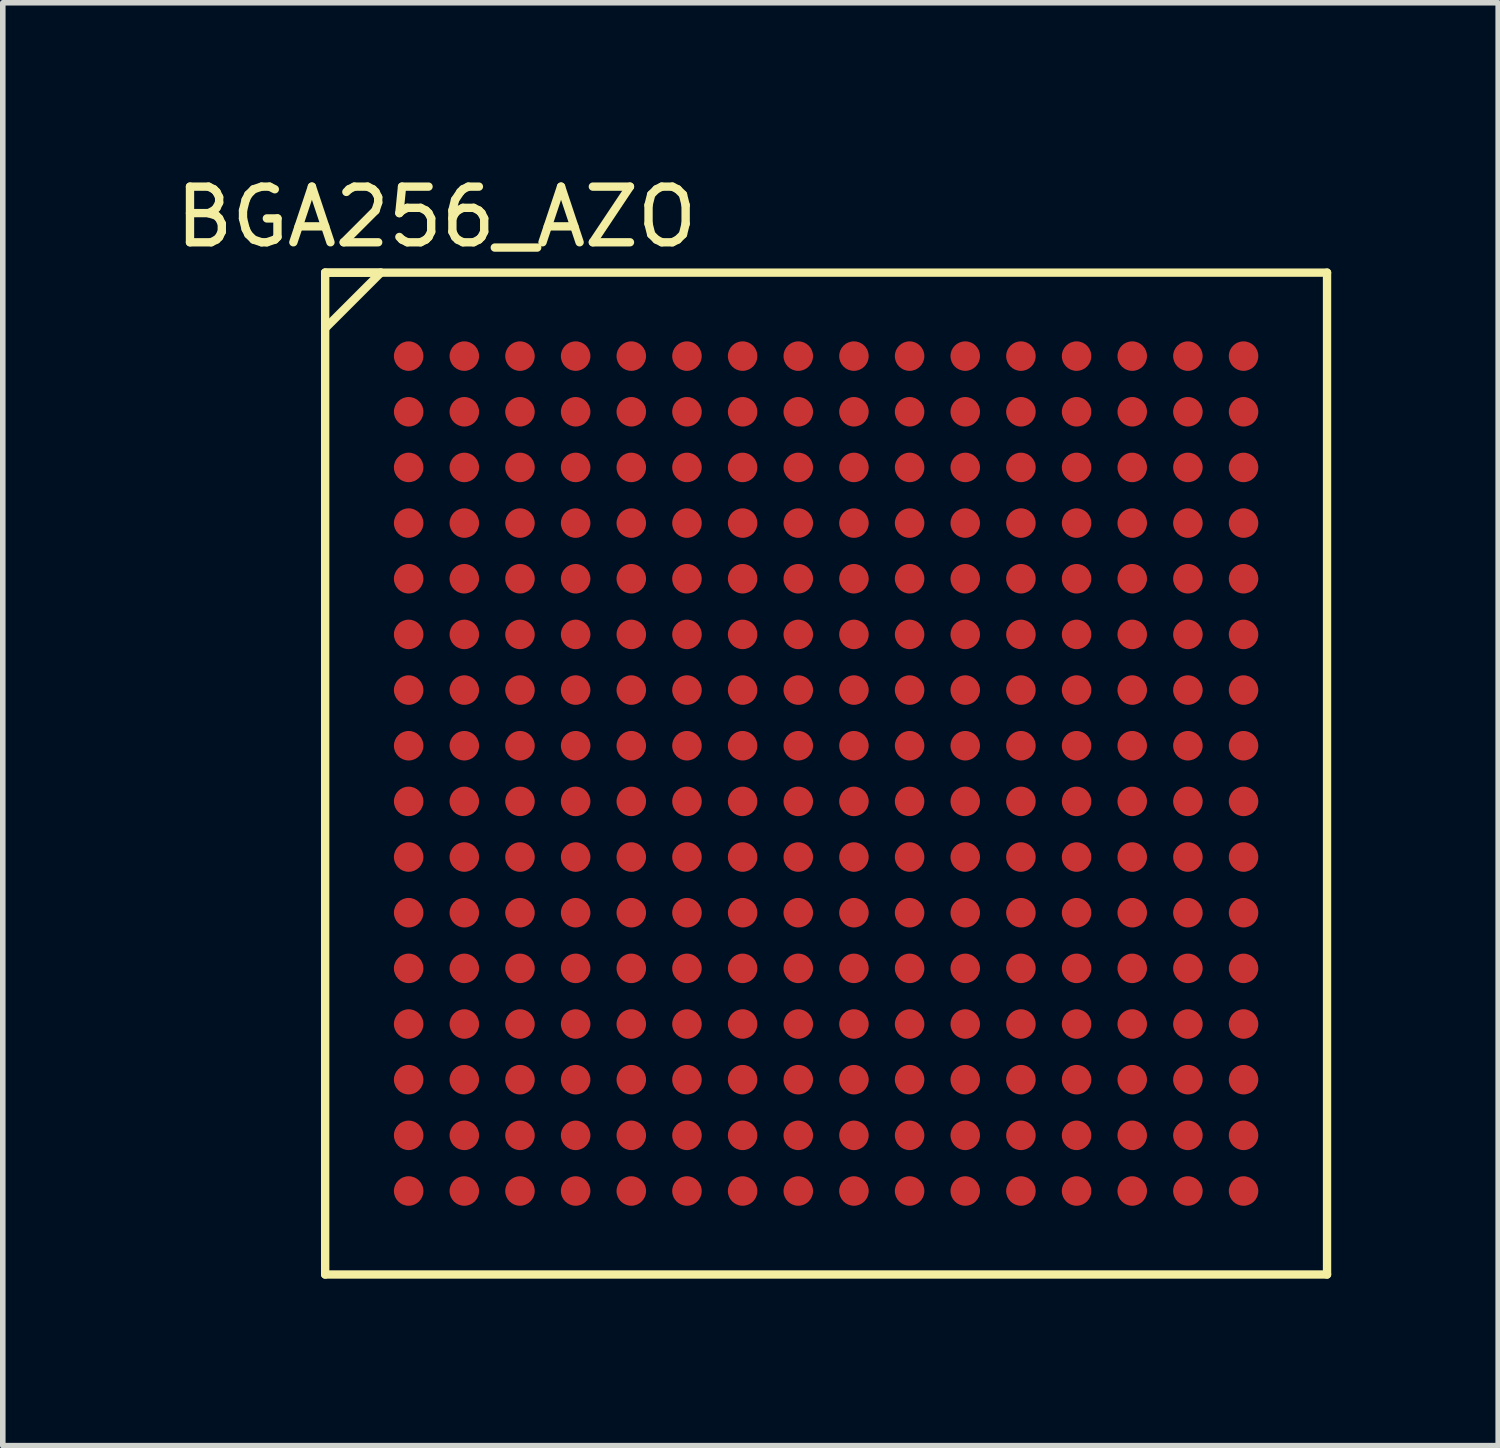
<source format=kicad_pcb>
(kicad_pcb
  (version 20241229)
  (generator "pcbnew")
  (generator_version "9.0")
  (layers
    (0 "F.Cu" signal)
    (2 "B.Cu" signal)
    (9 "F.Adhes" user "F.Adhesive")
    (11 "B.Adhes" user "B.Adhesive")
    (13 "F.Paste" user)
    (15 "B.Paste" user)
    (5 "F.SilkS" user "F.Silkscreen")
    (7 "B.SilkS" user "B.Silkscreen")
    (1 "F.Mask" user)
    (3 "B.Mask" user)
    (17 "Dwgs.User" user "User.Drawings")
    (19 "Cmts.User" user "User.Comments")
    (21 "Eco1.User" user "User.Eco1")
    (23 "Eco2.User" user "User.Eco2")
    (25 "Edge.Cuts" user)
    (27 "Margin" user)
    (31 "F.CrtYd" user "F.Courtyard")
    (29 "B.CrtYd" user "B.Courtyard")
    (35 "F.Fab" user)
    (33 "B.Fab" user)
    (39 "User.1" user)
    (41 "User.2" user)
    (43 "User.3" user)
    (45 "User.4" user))
  (footprint "BGA256_AZO"
    (layer "F.Cu")
    (at 11.792 10.848)
    (property "Reference" "BGA256_AZO" (at -7 -10 0) (layer "F.SilkS") (effects (font (size 1 1) (thickness 0.15))))
    (attr through_hole)
    (fp_line (start -9 -9) (end -9 9) (stroke (width 0.15) (type solid)) (layer "F.SilkS"))
    (fp_line (start -9 -9) (end -8 -9) (stroke (width 0.15) (type solid)) (layer "F.SilkS"))
    (fp_line (start -9 9) (end 9 9) (stroke (width 0.15) (type solid)) (layer "F.SilkS"))
    (fp_line (start -8 -9) (end -9 -8) (stroke (width 0.15) (type solid)) (layer "F.SilkS"))
    (fp_line (start 9 -9) (end -9 -9) (stroke (width 0.15) (type solid)) (layer "F.SilkS"))
    (fp_line (start 9 9) (end 9 -9) (stroke (width 0.15) (type solid)) (layer "F.SilkS"))
    (pad "A1" smd circle (at -7.5 -7.5) (size 0.53 0.53) (layers "F.Cu" "F.Mask" "F.Paste"))
    (pad "A2" smd circle (at -6.5 -7.5) (size 0.53 0.53) (layers "F.Cu" "F.Mask" "F.Paste"))
    (pad "A3" smd circle (at -5.5 -7.5) (size 0.53 0.53) (layers "F.Cu" "F.Mask" "F.Paste"))
    (pad "A4" smd circle (at -4.5 -7.5) (size 0.53 0.53) (layers "F.Cu" "F.Mask" "F.Paste"))
    (pad "A5" smd circle (at -3.5 -7.5) (size 0.53 0.53) (layers "F.Cu" "F.Mask" "F.Paste"))
    (pad "A6" smd circle (at -2.5 -7.5) (size 0.53 0.53) (layers "F.Cu" "F.Mask" "F.Paste"))
    (pad "A7" smd circle (at -1.5 -7.5) (size 0.53 0.53) (layers "F.Cu" "F.Mask" "F.Paste"))
    (pad "A8" smd circle (at -0.5 -7.5) (size 0.53 0.53) (layers "F.Cu" "F.Mask" "F.Paste"))
    (pad "A9" smd circle (at 0.5 -7.5) (size 0.53 0.53) (layers "F.Cu" "F.Mask" "F.Paste"))
    (pad "A10" smd circle (at 1.5 -7.5) (size 0.53 0.53) (layers "F.Cu" "F.Mask" "F.Paste"))
    (pad "A11" smd circle (at 2.5 -7.5) (size 0.53 0.53) (layers "F.Cu" "F.Mask" "F.Paste"))
    (pad "A12" smd circle (at 3.5 -7.5) (size 0.53 0.53) (layers "F.Cu" "F.Mask" "F.Paste"))
    (pad "A13" smd circle (at 4.5 -7.5) (size 0.53 0.53) (layers "F.Cu" "F.Mask" "F.Paste"))
    (pad "A14" smd circle (at 5.5 -7.5) (size 0.53 0.53) (layers "F.Cu" "F.Mask" "F.Paste"))
    (pad "A15" smd circle (at 6.5 -7.5) (size 0.53 0.53) (layers "F.Cu" "F.Mask" "F.Paste"))
    (pad "A16" smd circle (at 7.5 -7.5) (size 0.53 0.53) (layers "F.Cu" "F.Mask" "F.Paste"))
    (pad "B1" smd circle (at -7.5 -6.5) (size 0.53 0.53) (layers "F.Cu" "F.Mask" "F.Paste"))
    (pad "B2" smd circle (at -6.5 -6.5) (size 0.53 0.53) (layers "F.Cu" "F.Mask" "F.Paste"))
    (pad "B3" smd circle (at -5.5 -6.5) (size 0.53 0.53) (layers "F.Cu" "F.Mask" "F.Paste"))
    (pad "B4" smd circle (at -4.5 -6.5) (size 0.53 0.53) (layers "F.Cu" "F.Mask" "F.Paste"))
    (pad "B5" smd circle (at -3.5 -6.5) (size 0.53 0.53) (layers "F.Cu" "F.Mask" "F.Paste"))
    (pad "B6" smd circle (at -2.5 -6.5) (size 0.53 0.53) (layers "F.Cu" "F.Mask" "F.Paste"))
    (pad "B7" smd circle (at -1.5 -6.5) (size 0.53 0.53) (layers "F.Cu" "F.Mask" "F.Paste"))
    (pad "B8" smd circle (at -0.5 -6.5) (size 0.53 0.53) (layers "F.Cu" "F.Mask" "F.Paste"))
    (pad "B9" smd circle (at 0.5 -6.5) (size 0.53 0.53) (layers "F.Cu" "F.Mask" "F.Paste"))
    (pad "B10" smd circle (at 1.5 -6.5) (size 0.53 0.53) (layers "F.Cu" "F.Mask" "F.Paste"))
    (pad "B11" smd circle (at 2.5 -6.5) (size 0.53 0.53) (layers "F.Cu" "F.Mask" "F.Paste"))
    (pad "B12" smd circle (at 3.5 -6.5) (size 0.53 0.53) (layers "F.Cu" "F.Mask" "F.Paste"))
    (pad "B13" smd circle (at 4.5 -6.5) (size 0.53 0.53) (layers "F.Cu" "F.Mask" "F.Paste"))
    (pad "B14" smd circle (at 5.5 -6.5) (size 0.53 0.53) (layers "F.Cu" "F.Mask" "F.Paste"))
    (pad "B15" smd circle (at 6.5 -6.5) (size 0.53 0.53) (layers "F.Cu" "F.Mask" "F.Paste"))
    (pad "B16" smd circle (at 7.5 -6.5) (size 0.53 0.53) (layers "F.Cu" "F.Mask" "F.Paste"))
    (pad "C1" smd circle (at -7.5 -5.5) (size 0.53 0.53) (layers "F.Cu" "F.Mask" "F.Paste"))
    (pad "C2" smd circle (at -6.5 -5.5) (size 0.53 0.53) (layers "F.Cu" "F.Mask" "F.Paste"))
    (pad "C3" smd circle (at -5.5 -5.5) (size 0.53 0.53) (layers "F.Cu" "F.Mask" "F.Paste"))
    (pad "C4" smd circle (at -4.5 -5.5) (size 0.53 0.53) (layers "F.Cu" "F.Mask" "F.Paste"))
    (pad "C5" smd circle (at -3.5 -5.5) (size 0.53 0.53) (layers "F.Cu" "F.Mask" "F.Paste"))
    (pad "C6" smd circle (at -2.5 -5.5) (size 0.53 0.53) (layers "F.Cu" "F.Mask" "F.Paste"))
    (pad "C7" smd circle (at -1.5 -5.5) (size 0.53 0.53) (layers "F.Cu" "F.Mask" "F.Paste"))
    (pad "C8" smd circle (at -0.5 -5.5) (size 0.53 0.53) (layers "F.Cu" "F.Mask" "F.Paste"))
    (pad "C9" smd circle (at 0.5 -5.5) (size 0.53 0.53) (layers "F.Cu" "F.Mask" "F.Paste"))
    (pad "C10" smd circle (at 1.5 -5.5) (size 0.53 0.53) (layers "F.Cu" "F.Mask" "F.Paste"))
    (pad "C11" smd circle (at 2.5 -5.5) (size 0.53 0.53) (layers "F.Cu" "F.Mask" "F.Paste"))
    (pad "C12" smd circle (at 3.5 -5.5) (size 0.53 0.53) (layers "F.Cu" "F.Mask" "F.Paste"))
    (pad "C13" smd circle (at 4.5 -5.5) (size 0.53 0.53) (layers "F.Cu" "F.Mask" "F.Paste"))
    (pad "C14" smd circle (at 5.5 -5.5) (size 0.53 0.53) (layers "F.Cu" "F.Mask" "F.Paste"))
    (pad "C15" smd circle (at 6.5 -5.5) (size 0.53 0.53) (layers "F.Cu" "F.Mask" "F.Paste"))
    (pad "C16" smd circle (at 7.5 -5.5) (size 0.53 0.53) (layers "F.Cu" "F.Mask" "F.Paste"))
    (pad "D1" smd circle (at -7.5 -4.5) (size 0.53 0.53) (layers "F.Cu" "F.Mask" "F.Paste"))
    (pad "D2" smd circle (at -6.5 -4.5) (size 0.53 0.53) (layers "F.Cu" "F.Mask" "F.Paste"))
    (pad "D3" smd circle (at -5.5 -4.5) (size 0.53 0.53) (layers "F.Cu" "F.Mask" "F.Paste"))
    (pad "D4" smd circle (at -4.5 -4.5) (size 0.53 0.53) (layers "F.Cu" "F.Mask" "F.Paste"))
    (pad "D5" smd circle (at -3.5 -4.5) (size 0.53 0.53) (layers "F.Cu" "F.Mask" "F.Paste"))
    (pad "D6" smd circle (at -2.5 -4.5) (size 0.53 0.53) (layers "F.Cu" "F.Mask" "F.Paste"))
    (pad "D7" smd circle (at -1.5 -4.5) (size 0.53 0.53) (layers "F.Cu" "F.Mask" "F.Paste"))
    (pad "D8" smd circle (at -0.5 -4.5) (size 0.53 0.53) (layers "F.Cu" "F.Mask" "F.Paste"))
    (pad "D9" smd circle (at 0.5 -4.5) (size 0.53 0.53) (layers "F.Cu" "F.Mask" "F.Paste"))
    (pad "D10" smd circle (at 1.5 -4.5) (size 0.53 0.53) (layers "F.Cu" "F.Mask" "F.Paste"))
    (pad "D11" smd circle (at 2.5 -4.5) (size 0.53 0.53) (layers "F.Cu" "F.Mask" "F.Paste"))
    (pad "D12" smd circle (at 3.5 -4.5) (size 0.53 0.53) (layers "F.Cu" "F.Mask" "F.Paste"))
    (pad "D13" smd circle (at 4.5 -4.5) (size 0.53 0.53) (layers "F.Cu" "F.Mask" "F.Paste"))
    (pad "D14" smd circle (at 5.5 -4.5) (size 0.53 0.53) (layers "F.Cu" "F.Mask" "F.Paste"))
    (pad "D15" smd circle (at 6.5 -4.5) (size 0.53 0.53) (layers "F.Cu" "F.Mask" "F.Paste"))
    (pad "D16" smd circle (at 7.5 -4.5) (size 0.53 0.53) (layers "F.Cu" "F.Mask" "F.Paste"))
    (pad "E1" smd circle (at -7.5 -3.5) (size 0.53 0.53) (layers "F.Cu" "F.Mask" "F.Paste"))
    (pad "E2" smd circle (at -6.5 -3.5) (size 0.53 0.53) (layers "F.Cu" "F.Mask" "F.Paste"))
    (pad "E3" smd circle (at -5.5 -3.5) (size 0.53 0.53) (layers "F.Cu" "F.Mask" "F.Paste"))
    (pad "E4" smd circle (at -4.5 -3.5) (size 0.53 0.53) (layers "F.Cu" "F.Mask" "F.Paste"))
    (pad "E5" smd circle (at -3.5 -3.5) (size 0.53 0.53) (layers "F.Cu" "F.Mask" "F.Paste"))
    (pad "E6" smd circle (at -2.5 -3.5) (size 0.53 0.53) (layers "F.Cu" "F.Mask" "F.Paste"))
    (pad "E7" smd circle (at -1.5 -3.5) (size 0.53 0.53) (layers "F.Cu" "F.Mask" "F.Paste"))
    (pad "E8" smd circle (at -0.5 -3.5) (size 0.53 0.53) (layers "F.Cu" "F.Mask" "F.Paste"))
    (pad "E9" smd circle (at 0.5 -3.5) (size 0.53 0.53) (layers "F.Cu" "F.Mask" "F.Paste"))
    (pad "E10" smd circle (at 1.5 -3.5) (size 0.53 0.53) (layers "F.Cu" "F.Mask" "F.Paste"))
    (pad "E11" smd circle (at 2.5 -3.5) (size 0.53 0.53) (layers "F.Cu" "F.Mask" "F.Paste"))
    (pad "E12" smd circle (at 3.5 -3.5) (size 0.53 0.53) (layers "F.Cu" "F.Mask" "F.Paste"))
    (pad "E13" smd circle (at 4.5 -3.5) (size 0.53 0.53) (layers "F.Cu" "F.Mask" "F.Paste"))
    (pad "E14" smd circle (at 5.5 -3.5) (size 0.53 0.53) (layers "F.Cu" "F.Mask" "F.Paste"))
    (pad "E15" smd circle (at 6.5 -3.5) (size 0.53 0.53) (layers "F.Cu" "F.Mask" "F.Paste"))
    (pad "E16" smd circle (at 7.5 -3.5) (size 0.53 0.53) (layers "F.Cu" "F.Mask" "F.Paste"))
    (pad "F1" smd circle (at -7.5 -2.5) (size 0.53 0.53) (layers "F.Cu" "F.Mask" "F.Paste"))
    (pad "F2" smd circle (at -6.5 -2.5) (size 0.53 0.53) (layers "F.Cu" "F.Mask" "F.Paste"))
    (pad "F3" smd circle (at -5.5 -2.5) (size 0.53 0.53) (layers "F.Cu" "F.Mask" "F.Paste"))
    (pad "F4" smd circle (at -4.5 -2.5) (size 0.53 0.53) (layers "F.Cu" "F.Mask" "F.Paste"))
    (pad "F5" smd circle (at -3.5 -2.5) (size 0.53 0.53) (layers "F.Cu" "F.Mask" "F.Paste"))
    (pad "F6" smd circle (at -2.5 -2.5) (size 0.53 0.53) (layers "F.Cu" "F.Mask" "F.Paste"))
    (pad "F7" smd circle (at -1.5 -2.5) (size 0.53 0.53) (layers "F.Cu" "F.Mask" "F.Paste"))
    (pad "F8" smd circle (at -0.5 -2.5) (size 0.53 0.53) (layers "F.Cu" "F.Mask" "F.Paste"))
    (pad "F9" smd circle (at 0.5 -2.5) (size 0.53 0.53) (layers "F.Cu" "F.Mask" "F.Paste"))
    (pad "F10" smd circle (at 1.5 -2.5) (size 0.53 0.53) (layers "F.Cu" "F.Mask" "F.Paste"))
    (pad "F11" smd circle (at 2.5 -2.5) (size 0.53 0.53) (layers "F.Cu" "F.Mask" "F.Paste"))
    (pad "F12" smd circle (at 3.5 -2.5) (size 0.53 0.53) (layers "F.Cu" "F.Mask" "F.Paste"))
    (pad "F13" smd circle (at 4.5 -2.5) (size 0.53 0.53) (layers "F.Cu" "F.Mask" "F.Paste"))
    (pad "F14" smd circle (at 5.5 -2.5) (size 0.53 0.53) (layers "F.Cu" "F.Mask" "F.Paste"))
    (pad "F15" smd circle (at 6.5 -2.5) (size 0.53 0.53) (layers "F.Cu" "F.Mask" "F.Paste"))
    (pad "F16" smd circle (at 7.5 -2.5) (size 0.53 0.53) (layers "F.Cu" "F.Mask" "F.Paste"))
    (pad "G1" smd circle (at -7.5 -1.5) (size 0.53 0.53) (layers "F.Cu" "F.Mask" "F.Paste"))
    (pad "G2" smd circle (at -6.5 -1.5) (size 0.53 0.53) (layers "F.Cu" "F.Mask" "F.Paste"))
    (pad "G3" smd circle (at -5.5 -1.5) (size 0.53 0.53) (layers "F.Cu" "F.Mask" "F.Paste"))
    (pad "G4" smd circle (at -4.5 -1.5) (size 0.53 0.53) (layers "F.Cu" "F.Mask" "F.Paste"))
    (pad "G5" smd circle (at -3.5 -1.5) (size 0.53 0.53) (layers "F.Cu" "F.Mask" "F.Paste"))
    (pad "G6" smd circle (at -2.5 -1.5) (size 0.53 0.53) (layers "F.Cu" "F.Mask" "F.Paste"))
    (pad "G7" smd circle (at -1.5 -1.5) (size 0.53 0.53) (layers "F.Cu" "F.Mask" "F.Paste"))
    (pad "G8" smd circle (at -0.5 -1.5) (size 0.53 0.53) (layers "F.Cu" "F.Mask" "F.Paste"))
    (pad "G9" smd circle (at 0.5 -1.5) (size 0.53 0.53) (layers "F.Cu" "F.Mask" "F.Paste"))
    (pad "G10" smd circle (at 1.5 -1.5) (size 0.53 0.53) (layers "F.Cu" "F.Mask" "F.Paste"))
    (pad "G11" smd circle (at 2.5 -1.5) (size 0.53 0.53) (layers "F.Cu" "F.Mask" "F.Paste"))
    (pad "G12" smd circle (at 3.5 -1.5) (size 0.53 0.53) (layers "F.Cu" "F.Mask" "F.Paste"))
    (pad "G13" smd circle (at 4.5 -1.5) (size 0.53 0.53) (layers "F.Cu" "F.Mask" "F.Paste"))
    (pad "G14" smd circle (at 5.5 -1.5) (size 0.53 0.53) (layers "F.Cu" "F.Mask" "F.Paste"))
    (pad "G15" smd circle (at 6.5 -1.5) (size 0.53 0.53) (layers "F.Cu" "F.Mask" "F.Paste"))
    (pad "G16" smd circle (at 7.5 -1.5) (size 0.53 0.53) (layers "F.Cu" "F.Mask" "F.Paste"))
    (pad "H1" smd circle (at -7.5 -0.5) (size 0.53 0.53) (layers "F.Cu" "F.Mask" "F.Paste"))
    (pad "H2" smd circle (at -6.5 -0.5) (size 0.53 0.53) (layers "F.Cu" "F.Mask" "F.Paste"))
    (pad "H3" smd circle (at -5.5 -0.5) (size 0.53 0.53) (layers "F.Cu" "F.Mask" "F.Paste"))
    (pad "H4" smd circle (at -4.5 -0.5) (size 0.53 0.53) (layers "F.Cu" "F.Mask" "F.Paste"))
    (pad "H5" smd circle (at -3.5 -0.5) (size 0.53 0.53) (layers "F.Cu" "F.Mask" "F.Paste"))
    (pad "H6" smd circle (at -2.5 -0.5) (size 0.53 0.53) (layers "F.Cu" "F.Mask" "F.Paste"))
    (pad "H7" smd circle (at -1.5 -0.5) (size 0.53 0.53) (layers "F.Cu" "F.Mask" "F.Paste"))
    (pad "H8" smd circle (at -0.5 -0.5) (size 0.53 0.53) (layers "F.Cu" "F.Mask" "F.Paste"))
    (pad "H9" smd circle (at 0.5 -0.5) (size 0.53 0.53) (layers "F.Cu" "F.Mask" "F.Paste"))
    (pad "H10" smd circle (at 1.5 -0.5) (size 0.53 0.53) (layers "F.Cu" "F.Mask" "F.Paste"))
    (pad "H11" smd circle (at 2.5 -0.5) (size 0.53 0.53) (layers "F.Cu" "F.Mask" "F.Paste"))
    (pad "H12" smd circle (at 3.5 -0.5) (size 0.53 0.53) (layers "F.Cu" "F.Mask" "F.Paste"))
    (pad "H13" smd circle (at 4.5 -0.5) (size 0.53 0.53) (layers "F.Cu" "F.Mask" "F.Paste"))
    (pad "H14" smd circle (at 5.5 -0.5) (size 0.53 0.53) (layers "F.Cu" "F.Mask" "F.Paste"))
    (pad "H15" smd circle (at 6.5 -0.5) (size 0.53 0.53) (layers "F.Cu" "F.Mask" "F.Paste"))
    (pad "H16" smd circle (at 7.5 -0.5) (size 0.53 0.53) (layers "F.Cu" "F.Mask" "F.Paste"))
    (pad "J1" smd circle (at -7.5 0.5) (size 0.53 0.53) (layers "F.Cu" "F.Mask" "F.Paste"))
    (pad "J2" smd circle (at -6.5 0.5) (size 0.53 0.53) (layers "F.Cu" "F.Mask" "F.Paste"))
    (pad "J3" smd circle (at -5.5 0.5) (size 0.53 0.53) (layers "F.Cu" "F.Mask" "F.Paste"))
    (pad "J4" smd circle (at -4.5 0.5) (size 0.53 0.53) (layers "F.Cu" "F.Mask" "F.Paste"))
    (pad "J5" smd circle (at -3.5 0.5) (size 0.53 0.53) (layers "F.Cu" "F.Mask" "F.Paste"))
    (pad "J6" smd circle (at -2.5 0.5) (size 0.53 0.53) (layers "F.Cu" "F.Mask" "F.Paste"))
    (pad "J7" smd circle (at -1.5 0.5) (size 0.53 0.53) (layers "F.Cu" "F.Mask" "F.Paste"))
    (pad "J8" smd circle (at -0.5 0.5) (size 0.53 0.53) (layers "F.Cu" "F.Mask" "F.Paste"))
    (pad "J9" smd circle (at 0.5 0.5) (size 0.53 0.53) (layers "F.Cu" "F.Mask" "F.Paste"))
    (pad "J10" smd circle (at 1.5 0.5) (size 0.53 0.53) (layers "F.Cu" "F.Mask" "F.Paste"))
    (pad "J11" smd circle (at 2.5 0.5) (size 0.53 0.53) (layers "F.Cu" "F.Mask" "F.Paste"))
    (pad "J12" smd circle (at 3.5 0.5) (size 0.53 0.53) (layers "F.Cu" "F.Mask" "F.Paste"))
    (pad "J13" smd circle (at 4.5 0.5) (size 0.53 0.53) (layers "F.Cu" "F.Mask" "F.Paste"))
    (pad "J14" smd circle (at 5.5 0.5) (size 0.53 0.53) (layers "F.Cu" "F.Mask" "F.Paste"))
    (pad "J15" smd circle (at 6.5 0.5) (size 0.53 0.53) (layers "F.Cu" "F.Mask" "F.Paste"))
    (pad "J16" smd circle (at 7.5 0.5) (size 0.53 0.53) (layers "F.Cu" "F.Mask" "F.Paste"))
    (pad "K1" smd circle (at -7.5 1.5) (size 0.53 0.53) (layers "F.Cu" "F.Mask" "F.Paste"))
    (pad "K2" smd circle (at -6.5 1.5) (size 0.53 0.53) (layers "F.Cu" "F.Mask" "F.Paste"))
    (pad "K3" smd circle (at -5.5 1.5) (size 0.53 0.53) (layers "F.Cu" "F.Mask" "F.Paste"))
    (pad "K4" smd circle (at -4.5 1.5) (size 0.53 0.53) (layers "F.Cu" "F.Mask" "F.Paste"))
    (pad "K5" smd circle (at -3.5 1.5) (size 0.53 0.53) (layers "F.Cu" "F.Mask" "F.Paste"))
    (pad "K6" smd circle (at -2.5 1.5) (size 0.53 0.53) (layers "F.Cu" "F.Mask" "F.Paste"))
    (pad "K7" smd circle (at -1.5 1.5) (size 0.53 0.53) (layers "F.Cu" "F.Mask" "F.Paste"))
    (pad "K8" smd circle (at -0.5 1.5) (size 0.53 0.53) (layers "F.Cu" "F.Mask" "F.Paste"))
    (pad "K9" smd circle (at 0.5 1.5) (size 0.53 0.53) (layers "F.Cu" "F.Mask" "F.Paste"))
    (pad "K10" smd circle (at 1.5 1.5) (size 0.53 0.53) (layers "F.Cu" "F.Mask" "F.Paste"))
    (pad "K11" smd circle (at 2.5 1.5) (size 0.53 0.53) (layers "F.Cu" "F.Mask" "F.Paste"))
    (pad "K12" smd circle (at 3.5 1.5) (size 0.53 0.53) (layers "F.Cu" "F.Mask" "F.Paste"))
    (pad "K13" smd circle (at 4.5 1.5) (size 0.53 0.53) (layers "F.Cu" "F.Mask" "F.Paste"))
    (pad "K14" smd circle (at 5.5 1.5) (size 0.53 0.53) (layers "F.Cu" "F.Mask" "F.Paste"))
    (pad "K15" smd circle (at 6.5 1.5) (size 0.53 0.53) (layers "F.Cu" "F.Mask" "F.Paste"))
    (pad "K16" smd circle (at 7.5 1.5) (size 0.53 0.53) (layers "F.Cu" "F.Mask" "F.Paste"))
    (pad "L1" smd circle (at -7.5 2.5) (size 0.53 0.53) (layers "F.Cu" "F.Mask" "F.Paste"))
    (pad "L2" smd circle (at -6.5 2.5) (size 0.53 0.53) (layers "F.Cu" "F.Mask" "F.Paste"))
    (pad "L3" smd circle (at -5.5 2.5) (size 0.53 0.53) (layers "F.Cu" "F.Mask" "F.Paste"))
    (pad "L4" smd circle (at -4.5 2.5) (size 0.53 0.53) (layers "F.Cu" "F.Mask" "F.Paste"))
    (pad "L5" smd circle (at -3.5 2.5) (size 0.53 0.53) (layers "F.Cu" "F.Mask" "F.Paste"))
    (pad "L6" smd circle (at -2.5 2.5) (size 0.53 0.53) (layers "F.Cu" "F.Mask" "F.Paste"))
    (pad "L7" smd circle (at -1.5 2.5) (size 0.53 0.53) (layers "F.Cu" "F.Mask" "F.Paste"))
    (pad "L8" smd circle (at -0.5 2.5) (size 0.53 0.53) (layers "F.Cu" "F.Mask" "F.Paste"))
    (pad "L9" smd circle (at 0.5 2.5) (size 0.53 0.53) (layers "F.Cu" "F.Mask" "F.Paste"))
    (pad "L10" smd circle (at 1.5 2.5) (size 0.53 0.53) (layers "F.Cu" "F.Mask" "F.Paste"))
    (pad "L11" smd circle (at 2.5 2.5) (size 0.53 0.53) (layers "F.Cu" "F.Mask" "F.Paste"))
    (pad "L12" smd circle (at 3.5 2.5) (size 0.53 0.53) (layers "F.Cu" "F.Mask" "F.Paste"))
    (pad "L13" smd circle (at 4.5 2.5) (size 0.53 0.53) (layers "F.Cu" "F.Mask" "F.Paste"))
    (pad "L14" smd circle (at 5.5 2.5) (size 0.53 0.53) (layers "F.Cu" "F.Mask" "F.Paste"))
    (pad "L15" smd circle (at 6.5 2.5) (size 0.53 0.53) (layers "F.Cu" "F.Mask" "F.Paste"))
    (pad "L16" smd circle (at 7.5 2.5) (size 0.53 0.53) (layers "F.Cu" "F.Mask" "F.Paste"))
    (pad "M1" smd circle (at -7.5 3.5) (size 0.53 0.53) (layers "F.Cu" "F.Mask" "F.Paste"))
    (pad "M2" smd circle (at -6.5 3.5) (size 0.53 0.53) (layers "F.Cu" "F.Mask" "F.Paste"))
    (pad "M3" smd circle (at -5.5 3.5) (size 0.53 0.53) (layers "F.Cu" "F.Mask" "F.Paste"))
    (pad "M4" smd circle (at -4.5 3.5) (size 0.53 0.53) (layers "F.Cu" "F.Mask" "F.Paste"))
    (pad "M5" smd circle (at -3.5 3.5) (size 0.53 0.53) (layers "F.Cu" "F.Mask" "F.Paste"))
    (pad "M6" smd circle (at -2.5 3.5) (size 0.53 0.53) (layers "F.Cu" "F.Mask" "F.Paste"))
    (pad "M7" smd circle (at -1.5 3.5) (size 0.53 0.53) (layers "F.Cu" "F.Mask" "F.Paste"))
    (pad "M8" smd circle (at -0.5 3.5) (size 0.53 0.53) (layers "F.Cu" "F.Mask" "F.Paste"))
    (pad "M9" smd circle (at 0.5 3.5) (size 0.53 0.53) (layers "F.Cu" "F.Mask" "F.Paste"))
    (pad "M10" smd circle (at 1.5 3.5) (size 0.53 0.53) (layers "F.Cu" "F.Mask" "F.Paste"))
    (pad "M11" smd circle (at 2.5 3.5) (size 0.53 0.53) (layers "F.Cu" "F.Mask" "F.Paste"))
    (pad "M12" smd circle (at 3.5 3.5) (size 0.53 0.53) (layers "F.Cu" "F.Mask" "F.Paste"))
    (pad "M13" smd circle (at 4.5 3.5) (size 0.53 0.53) (layers "F.Cu" "F.Mask" "F.Paste"))
    (pad "M14" smd circle (at 5.5 3.5) (size 0.53 0.53) (layers "F.Cu" "F.Mask" "F.Paste"))
    (pad "M15" smd circle (at 6.5 3.5) (size 0.53 0.53) (layers "F.Cu" "F.Mask" "F.Paste"))
    (pad "M16" smd circle (at 7.5 3.5) (size 0.53 0.53) (layers "F.Cu" "F.Mask" "F.Paste"))
    (pad "N1" smd circle (at -7.5 4.5) (size 0.53 0.53) (layers "F.Cu" "F.Mask" "F.Paste"))
    (pad "N2" smd circle (at -6.5 4.5) (size 0.53 0.53) (layers "F.Cu" "F.Mask" "F.Paste"))
    (pad "N3" smd circle (at -5.5 4.5) (size 0.53 0.53) (layers "F.Cu" "F.Mask" "F.Paste"))
    (pad "N4" smd circle (at -4.5 4.5) (size 0.53 0.53) (layers "F.Cu" "F.Mask" "F.Paste"))
    (pad "N5" smd circle (at -3.5 4.5) (size 0.53 0.53) (layers "F.Cu" "F.Mask" "F.Paste"))
    (pad "N6" smd circle (at -2.5 4.5) (size 0.53 0.53) (layers "F.Cu" "F.Mask" "F.Paste"))
    (pad "N7" smd circle (at -1.5 4.5) (size 0.53 0.53) (layers "F.Cu" "F.Mask" "F.Paste"))
    (pad "N8" smd circle (at -0.5 4.5) (size 0.53 0.53) (layers "F.Cu" "F.Mask" "F.Paste"))
    (pad "N9" smd circle (at 0.5 4.5) (size 0.53 0.53) (layers "F.Cu" "F.Mask" "F.Paste"))
    (pad "N10" smd circle (at 1.5 4.5) (size 0.53 0.53) (layers "F.Cu" "F.Mask" "F.Paste"))
    (pad "N11" smd circle (at 2.5 4.5) (size 0.53 0.53) (layers "F.Cu" "F.Mask" "F.Paste"))
    (pad "N12" smd circle (at 3.5 4.5) (size 0.53 0.53) (layers "F.Cu" "F.Mask" "F.Paste"))
    (pad "N13" smd circle (at 4.5 4.5) (size 0.53 0.53) (layers "F.Cu" "F.Mask" "F.Paste"))
    (pad "N14" smd circle (at 5.5 4.5) (size 0.53 0.53) (layers "F.Cu" "F.Mask" "F.Paste"))
    (pad "N15" smd circle (at 6.5 4.5) (size 0.53 0.53) (layers "F.Cu" "F.Mask" "F.Paste"))
    (pad "N16" smd circle (at 7.5 4.5) (size 0.53 0.53) (layers "F.Cu" "F.Mask" "F.Paste"))
    (pad "P1" smd circle (at -7.5 5.5) (size 0.53 0.53) (layers "F.Cu" "F.Mask" "F.Paste"))
    (pad "P2" smd circle (at -6.5 5.5) (size 0.53 0.53) (layers "F.Cu" "F.Mask" "F.Paste"))
    (pad "P3" smd circle (at -5.5 5.5) (size 0.53 0.53) (layers "F.Cu" "F.Mask" "F.Paste"))
    (pad "P4" smd circle (at -4.5 5.5) (size 0.53 0.53) (layers "F.Cu" "F.Mask" "F.Paste"))
    (pad "P5" smd circle (at -3.5 5.5) (size 0.53 0.53) (layers "F.Cu" "F.Mask" "F.Paste"))
    (pad "P6" smd circle (at -2.5 5.5) (size 0.53 0.53) (layers "F.Cu" "F.Mask" "F.Paste"))
    (pad "P7" smd circle (at -1.5 5.5) (size 0.53 0.53) (layers "F.Cu" "F.Mask" "F.Paste"))
    (pad "P8" smd circle (at -0.5 5.5) (size 0.53 0.53) (layers "F.Cu" "F.Mask" "F.Paste"))
    (pad "P9" smd circle (at 0.5 5.5) (size 0.53 0.53) (layers "F.Cu" "F.Mask" "F.Paste"))
    (pad "P10" smd circle (at 1.5 5.5) (size 0.53 0.53) (layers "F.Cu" "F.Mask" "F.Paste"))
    (pad "P11" smd circle (at 2.5 5.5) (size 0.53 0.53) (layers "F.Cu" "F.Mask" "F.Paste"))
    (pad "P12" smd circle (at 3.5 5.5) (size 0.53 0.53) (layers "F.Cu" "F.Mask" "F.Paste"))
    (pad "P13" smd circle (at 4.5 5.5) (size 0.53 0.53) (layers "F.Cu" "F.Mask" "F.Paste"))
    (pad "P14" smd circle (at 5.5 5.5) (size 0.53 0.53) (layers "F.Cu" "F.Mask" "F.Paste"))
    (pad "P15" smd circle (at 6.5 5.5) (size 0.53 0.53) (layers "F.Cu" "F.Mask" "F.Paste"))
    (pad "P16" smd circle (at 7.5 5.5) (size 0.53 0.53) (layers "F.Cu" "F.Mask" "F.Paste"))
    (pad "R1" smd circle (at -7.5 6.5) (size 0.53 0.53) (layers "F.Cu" "F.Mask" "F.Paste"))
    (pad "R2" smd circle (at -6.5 6.5) (size 0.53 0.53) (layers "F.Cu" "F.Mask" "F.Paste"))
    (pad "R3" smd circle (at -5.5 6.5) (size 0.53 0.53) (layers "F.Cu" "F.Mask" "F.Paste"))
    (pad "R4" smd circle (at -4.5 6.5) (size 0.53 0.53) (layers "F.Cu" "F.Mask" "F.Paste"))
    (pad "R5" smd circle (at -3.5 6.5) (size 0.53 0.53) (layers "F.Cu" "F.Mask" "F.Paste"))
    (pad "R6" smd circle (at -2.5 6.5) (size 0.53 0.53) (layers "F.Cu" "F.Mask" "F.Paste"))
    (pad "R7" smd circle (at -1.5 6.5) (size 0.53 0.53) (layers "F.Cu" "F.Mask" "F.Paste"))
    (pad "R8" smd circle (at -0.5 6.5) (size 0.53 0.53) (layers "F.Cu" "F.Mask" "F.Paste"))
    (pad "R9" smd circle (at 0.5 6.5) (size 0.53 0.53) (layers "F.Cu" "F.Mask" "F.Paste"))
    (pad "R10" smd circle (at 1.5 6.5) (size 0.53 0.53) (layers "F.Cu" "F.Mask" "F.Paste"))
    (pad "R11" smd circle (at 2.5 6.5) (size 0.53 0.53) (layers "F.Cu" "F.Mask" "F.Paste"))
    (pad "R12" smd circle (at 3.5 6.5) (size 0.53 0.53) (layers "F.Cu" "F.Mask" "F.Paste"))
    (pad "R13" smd circle (at 4.5 6.5) (size 0.53 0.53) (layers "F.Cu" "F.Mask" "F.Paste"))
    (pad "R14" smd circle (at 5.5 6.5) (size 0.53 0.53) (layers "F.Cu" "F.Mask" "F.Paste"))
    (pad "R15" smd circle (at 6.5 6.5) (size 0.53 0.53) (layers "F.Cu" "F.Mask" "F.Paste"))
    (pad "R16" smd circle (at 7.5 6.5) (size 0.53 0.53) (layers "F.Cu" "F.Mask" "F.Paste"))
    (pad "T1" smd circle (at -7.5 7.5) (size 0.53 0.53) (layers "F.Cu" "F.Mask" "F.Paste"))
    (pad "T2" smd circle (at -6.5 7.5) (size 0.53 0.53) (layers "F.Cu" "F.Mask" "F.Paste"))
    (pad "T3" smd circle (at -5.5 7.5) (size 0.53 0.53) (layers "F.Cu" "F.Mask" "F.Paste"))
    (pad "T4" smd circle (at -4.5 7.5) (size 0.53 0.53) (layers "F.Cu" "F.Mask" "F.Paste"))
    (pad "T5" smd circle (at -3.5 7.5) (size 0.53 0.53) (layers "F.Cu" "F.Mask" "F.Paste"))
    (pad "T6" smd circle (at -2.5 7.5) (size 0.53 0.53) (layers "F.Cu" "F.Mask" "F.Paste"))
    (pad "T7" smd circle (at -1.5 7.5) (size 0.53 0.53) (layers "F.Cu" "F.Mask" "F.Paste"))
    (pad "T8" smd circle (at -0.5 7.5) (size 0.53 0.53) (layers "F.Cu" "F.Mask" "F.Paste"))
    (pad "T9" smd circle (at 0.5 7.5) (size 0.53 0.53) (layers "F.Cu" "F.Mask" "F.Paste"))
    (pad "T10" smd circle (at 1.5 7.5) (size 0.53 0.53) (layers "F.Cu" "F.Mask" "F.Paste"))
    (pad "T11" smd circle (at 2.5 7.5) (size 0.53 0.53) (layers "F.Cu" "F.Mask" "F.Paste"))
    (pad "T12" smd circle (at 3.5 7.5) (size 0.53 0.53) (layers "F.Cu" "F.Mask" "F.Paste"))
    (pad "T13" smd circle (at 4.5 7.5) (size 0.53 0.53) (layers "F.Cu" "F.Mask" "F.Paste"))
    (pad "T14" smd circle (at 5.5 7.5) (size 0.53 0.53) (layers "F.Cu" "F.Mask" "F.Paste"))
    (pad "T15" smd circle (at 6.5 7.5) (size 0.53 0.53) (layers "F.Cu" "F.Mask" "F.Paste"))
    (pad "T16" smd circle (at 7.5 7.5) (size 0.53 0.53) (layers "F.Cu" "F.Mask" "F.Paste")))
  (gr_rect
    (start -3 -3)
    (end 23.867 22.923)
    (stroke (width 0.1) (type default))
    (fill no)
    (layer "Edge.Cuts")))
</source>
